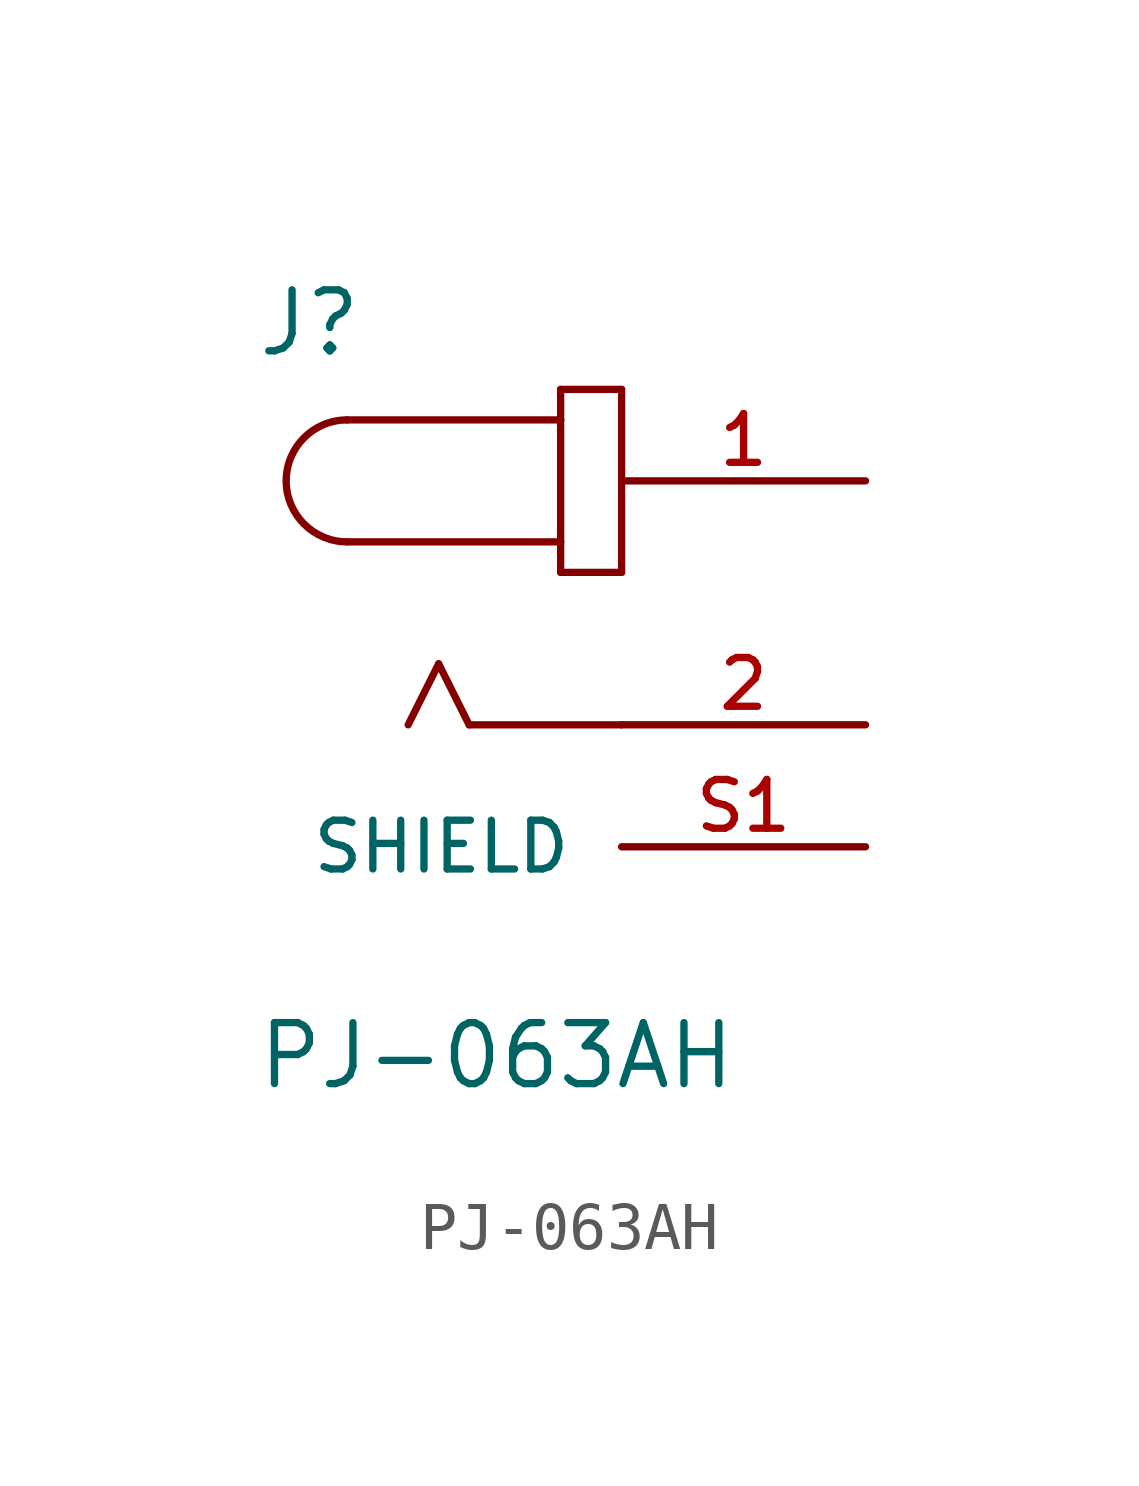
<source format=kicad_sym>
(kicad_symbol_lib
  (version 20211014)
  (generator kicad_symbol_editor)
  (symbol "PJ-063AH"
    (pin_names
      (offset 1.016))
    (property "Reference" "J"
      (at -7.628 5.085 0)
      (effects (font (size 1.27 1.27)) (justify bottom left)))
    (property "Value" "PJ-063AH"
      (at -7.631 -10.175 0)
      (effects (font (size 1.27 1.27)) (justify bottom left)))
    (symbol "PJ-063AH_0_0"
      (arc (start -5.715 3.81) (mid -6.985 2.54) (end -5.715 1.27) (stroke (width 0.1524) (type default) (color 0 0 0 0)) (fill (type none)))
      (polyline (pts (xy -5.715 3.81) (xy -1.27 3.81)) (stroke (width 0.152)))
      (polyline (pts (xy -1.27 3.81) (xy -1.27 1.27)) (stroke (width 0.152)))
      (polyline (pts (xy -1.27 1.27) (xy -5.715 1.27)) (stroke (width 0.152)))
      (polyline (pts (xy -1.27 1.27) (xy -1.27 0.635)) (stroke (width 0.152)))
      (polyline (pts (xy -1.27 0.635) (xy 0.0 0.635)) (stroke (width 0.152)))
      (polyline (pts (xy 0.0 0.635) (xy 0.0 4.445)) (stroke (width 0.152)))
      (polyline (pts (xy 0.0 4.445) (xy -1.27 4.445)) (stroke (width 0.152)))
      (polyline (pts (xy -1.27 4.445) (xy -1.27 3.81)) (stroke (width 0.152)))
      (polyline (pts (xy 0.0 -2.54) (xy -3.175 -2.54)) (stroke (width 0.152)))
      (polyline (pts (xy -3.175 -2.54) (xy -3.81 -1.27)) (stroke (width 0.152)))
      (polyline (pts (xy -3.81 -1.27) (xy -4.445 -2.54)) (stroke (width 0.152)))
      (pin passive line (at 5.08 2.54 180.0) (length 5.08) (name "~" (effects (font (size 1.016 1.016)))) (number "1" (effects (font (size 1.016 1.016)))))
      (pin passive line (at 5.08 -2.54 180.0) (length 5.08) (name "~" (effects (font (size 1.016 1.016)))) (number "2" (effects (font (size 1.016 1.016)))))
      (pin power_in line (at 5.08 -5.08 180.0) (length 5.08) (name "SHIELD" (effects (font (size 1.016 1.016)))) (number "S1" (effects (font (size 1.016 1.016)))))
      (pin power_in line (at 5.08 -5.08 180.0) (length 5.08) hide (name "SHIELD" (effects (font (size 1.016 1.016)))) (number "S2" (effects (font (size 1.016 1.016))))))))
</source>
